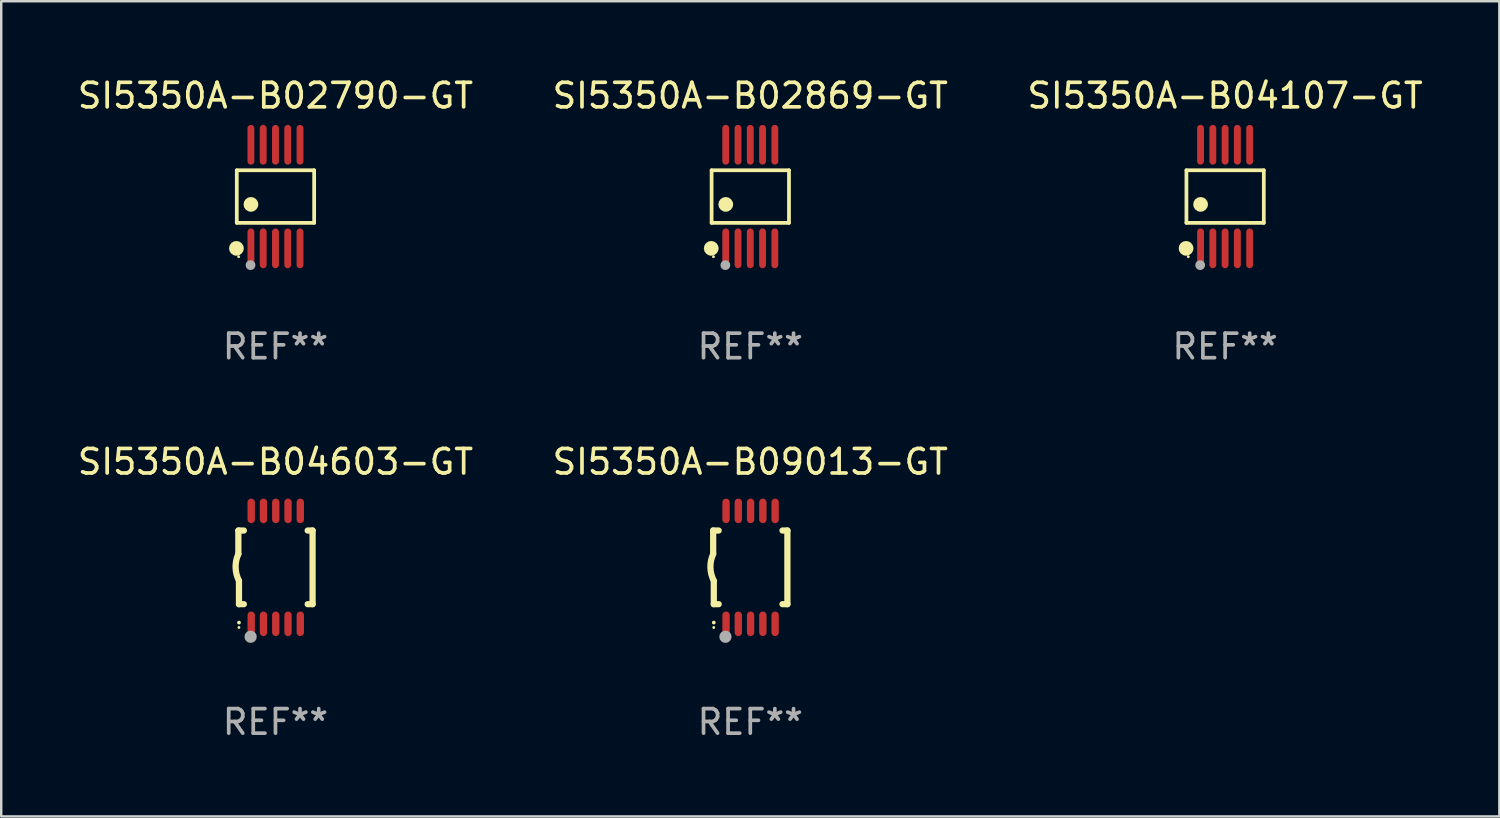
<source format=kicad_pcb>
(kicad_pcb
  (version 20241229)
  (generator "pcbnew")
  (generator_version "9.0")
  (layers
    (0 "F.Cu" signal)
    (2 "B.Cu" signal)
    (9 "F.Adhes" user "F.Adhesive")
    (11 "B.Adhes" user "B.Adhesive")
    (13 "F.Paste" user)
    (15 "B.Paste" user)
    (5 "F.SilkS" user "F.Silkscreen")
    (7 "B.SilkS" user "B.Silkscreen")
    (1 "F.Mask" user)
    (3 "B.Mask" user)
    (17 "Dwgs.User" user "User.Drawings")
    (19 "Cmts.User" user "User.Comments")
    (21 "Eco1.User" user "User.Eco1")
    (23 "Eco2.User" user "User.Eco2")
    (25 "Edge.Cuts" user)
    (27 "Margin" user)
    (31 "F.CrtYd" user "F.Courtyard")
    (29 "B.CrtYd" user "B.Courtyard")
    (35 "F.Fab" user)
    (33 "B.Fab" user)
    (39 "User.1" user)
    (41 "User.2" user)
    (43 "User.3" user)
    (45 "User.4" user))
  (footprint "SI5350A-B04107-GT"
    (layer "F.Cu")
    (at 46.863 4.958)
    (property "Reference" "SI5350A-B04107-GT" (at 0 -4.11 0) (layer "F.SilkS") (effects (font (size 1 1) (thickness 0.15))))
    (attr through_hole)
    (fp_line (start -1.576 -1.071) (end 1.576 -1.071) (stroke (width 0.152) (type solid)) (layer "F.SilkS"))
    (fp_line (start -1.576 1.071) (end -1.576 -1.071) (stroke (width 0.152) (type solid)) (layer "F.SilkS"))
    (fp_line (start 1.576 -1.071) (end 1.576 1.071) (stroke (width 0.152) (type solid)) (layer "F.SilkS"))
    (fp_line (start 1.576 1.071) (end -1.576 1.071) (stroke (width 0.152) (type solid)) (layer "F.SilkS"))
    (fp_circle (center -1.592 2.11) (end -1.442 2.11) (stroke (width 0.3) (type solid)) (fill no) (layer "F.SilkS"))
    (fp_circle (center -1.5 2.45) (end -1.47 2.45) (stroke (width 0.06) (type solid)) (fill no) (layer "F.SilkS"))
    (fp_circle (center -1 0.319) (end -0.85 0.319) (stroke (width 0.3) (type solid)) (fill no) (layer "F.SilkS"))
    (fp_circle (center -1.016 2.794) (end -0.916 2.794) (stroke (width 0.2) (type solid)) (fill no) (layer "F.Fab"))
    (fp_text user "REF**" (at 0 6.11 0) (layer "F.Fab") (effects (font (size 1 1) (thickness 0.15))))
    (pad "1" smd oval (at -1 2.11) (size 0.28 1.62) (layers "F.Cu" "F.Mask" "F.Paste"))
    (pad "2" smd oval (at -0.5 2.11) (size 0.28 1.62) (layers "F.Cu" "F.Mask" "F.Paste"))
    (pad "3" smd oval (at 0 2.11) (size 0.28 1.62) (layers "F.Cu" "F.Mask" "F.Paste"))
    (pad "4" smd oval (at 0.5 2.11) (size 0.28 1.62) (layers "F.Cu" "F.Mask" "F.Paste"))
    (pad "5" smd oval (at 1 2.11) (size 0.28 1.62) (layers "F.Cu" "F.Mask" "F.Paste"))
    (pad "6" smd oval (at 1 -2.11) (size 0.28 1.62) (layers "F.Cu" "F.Mask" "F.Paste"))
    (pad "7" smd oval (at 0.5 -2.11) (size 0.28 1.62) (layers "F.Cu" "F.Mask" "F.Paste"))
    (pad "8" smd oval (at 0 -2.11) (size 0.28 1.62) (layers "F.Cu" "F.Mask" "F.Paste"))
    (pad "9" smd oval (at -0.5 -2.11) (size 0.28 1.62) (layers "F.Cu" "F.Mask" "F.Paste"))
    (pad "10" smd oval (at -1 -2.11) (size 0.28 1.62) (layers "F.Cu" "F.Mask" "F.Paste")))
  (footprint "SI5350A-B09013-GT"
    (layer "F.Cu")
    (at 27.518 20.065)
    (property "Reference" "SI5350A-B09013-GT" (at 0 -4.3 0) (layer "F.SilkS") (effects (font (size 1 1) (thickness 0.15))))
    (attr through_hole)
    (fp_line (start -1.512 -1.5) (end -1.512 -0.546) (stroke (width 0.254) (type solid)) (layer "F.SilkS"))
    (fp_line (start -1.487 0.546) (end -1.487 1.5) (stroke (width 0.254) (type solid)) (layer "F.SilkS"))
    (fp_line (start -1.288 -1.5) (end -1.512 -1.5) (stroke (width 0.254) (type solid)) (layer "F.SilkS"))
    (fp_line (start -1.288 1.5) (end -1.487 1.5) (stroke (width 0.254) (type solid)) (layer "F.SilkS"))
    (fp_line (start 1.512 -1.5) (end 1.312 -1.5) (stroke (width 0.254) (type solid)) (layer "F.SilkS"))
    (fp_line (start 1.512 -1.5) (end 1.512 1.5) (stroke (width 0.254) (type solid)) (layer "F.SilkS"))
    (fp_line (start 1.512 1.5) (end 1.312 1.5) (stroke (width 0.254) (type solid)) (layer "F.SilkS"))
    (fp_arc (start -1.487998 2.250013) (mid -1.486728 2.250007) (end -1.485458 2.250013) (stroke (width 0.150013) (type solid)) (layer "F.SilkS"))
    (fp_arc (start -1.486602 0.546102) (mid -1.624196 0.002905) (end -1.512002 -0.546101) (stroke (width 0.254001) (type solid)) (layer "F.SilkS"))
    (fp_circle (center -1.488 2.45) (end -1.458 2.45) (stroke (width 0.06) (type solid)) (fill no) (layer "F.SilkS"))
    (fp_circle (center -1.012 2.828) (end -0.887 2.828) (stroke (width 0.25) (type solid)) (fill no) (layer "F.Fab"))
    (fp_text user "REF**" (at 0 6.3 0) (layer "F.Fab") (effects (font (size 1 1) (thickness 0.15))))
    (pad "1" smd oval (at -0.988 2.3) (size 0.3 1) (layers "F.Cu" "F.Mask" "F.Paste"))
    (pad "2" smd oval (at -0.488 2.3) (size 0.3 1) (layers "F.Cu" "F.Mask" "F.Paste"))
    (pad "3" smd oval (at 0.012 2.3) (size 0.3 1) (layers "F.Cu" "F.Mask" "F.Paste"))
    (pad "4" smd oval (at 0.512 2.3) (size 0.3 1) (layers "F.Cu" "F.Mask" "F.Paste"))
    (pad "5" smd oval (at 1.012 2.3) (size 0.3 1) (layers "F.Cu" "F.Mask" "F.Paste"))
    (pad "6" smd oval (at 1.012 -2.3) (size 0.3 1) (layers "F.Cu" "F.Mask" "F.Paste"))
    (pad "7" smd oval (at 0.512 -2.3) (size 0.3 1) (layers "F.Cu" "F.Mask" "F.Paste"))
    (pad "8" smd oval (at 0.012 -2.3) (size 0.3 1) (layers "F.Cu" "F.Mask" "F.Paste"))
    (pad "9" smd oval (at -0.488 -2.3) (size 0.3 1) (layers "F.Cu" "F.Mask" "F.Paste"))
    (pad "10" smd oval (at -0.988 -2.3) (size 0.3 1) (layers "F.Cu" "F.Mask" "F.Paste")))
  (footprint "SI5350A-B04603-GT"
    (layer "F.Cu")
    (at 8.173 20.065)
    (property "Reference" "SI5350A-B04603-GT" (at 0 -4.3 0) (layer "F.SilkS") (effects (font (size 1 1) (thickness 0.15))))
    (attr through_hole)
    (fp_line (start -1.512 -1.5) (end -1.512 -0.546) (stroke (width 0.254) (type solid)) (layer "F.SilkS"))
    (fp_line (start -1.487 0.546) (end -1.487 1.5) (stroke (width 0.254) (type solid)) (layer "F.SilkS"))
    (fp_line (start -1.288 -1.5) (end -1.512 -1.5) (stroke (width 0.254) (type solid)) (layer "F.SilkS"))
    (fp_line (start -1.288 1.5) (end -1.487 1.5) (stroke (width 0.254) (type solid)) (layer "F.SilkS"))
    (fp_line (start 1.512 -1.5) (end 1.312 -1.5) (stroke (width 0.254) (type solid)) (layer "F.SilkS"))
    (fp_line (start 1.512 -1.5) (end 1.512 1.5) (stroke (width 0.254) (type solid)) (layer "F.SilkS"))
    (fp_line (start 1.512 1.5) (end 1.312 1.5) (stroke (width 0.254) (type solid)) (layer "F.SilkS"))
    (fp_arc (start -1.487998 2.250013) (mid -1.486728 2.250007) (end -1.485458 2.250013) (stroke (width 0.150013) (type solid)) (layer "F.SilkS"))
    (fp_arc (start -1.486602 0.546102) (mid -1.624196 0.002905) (end -1.512002 -0.546101) (stroke (width 0.254001) (type solid)) (layer "F.SilkS"))
    (fp_circle (center -1.488 2.45) (end -1.458 2.45) (stroke (width 0.06) (type solid)) (fill no) (layer "F.SilkS"))
    (fp_circle (center -1.012 2.828) (end -0.887 2.828) (stroke (width 0.25) (type solid)) (fill no) (layer "F.Fab"))
    (fp_text user "REF**" (at 0 6.3 0) (layer "F.Fab") (effects (font (size 1 1) (thickness 0.15))))
    (pad "1" smd oval (at -0.988 2.3) (size 0.3 1) (layers "F.Cu" "F.Mask" "F.Paste"))
    (pad "2" smd oval (at -0.488 2.3) (size 0.3 1) (layers "F.Cu" "F.Mask" "F.Paste"))
    (pad "3" smd oval (at 0.012 2.3) (size 0.3 1) (layers "F.Cu" "F.Mask" "F.Paste"))
    (pad "4" smd oval (at 0.512 2.3) (size 0.3 1) (layers "F.Cu" "F.Mask" "F.Paste"))
    (pad "5" smd oval (at 1.012 2.3) (size 0.3 1) (layers "F.Cu" "F.Mask" "F.Paste"))
    (pad "6" smd oval (at 1.012 -2.3) (size 0.3 1) (layers "F.Cu" "F.Mask" "F.Paste"))
    (pad "7" smd oval (at 0.512 -2.3) (size 0.3 1) (layers "F.Cu" "F.Mask" "F.Paste"))
    (pad "8" smd oval (at 0.012 -2.3) (size 0.3 1) (layers "F.Cu" "F.Mask" "F.Paste"))
    (pad "9" smd oval (at -0.488 -2.3) (size 0.3 1) (layers "F.Cu" "F.Mask" "F.Paste"))
    (pad "10" smd oval (at -0.988 -2.3) (size 0.3 1) (layers "F.Cu" "F.Mask" "F.Paste")))
  (footprint "SI5350A-B02790-GT"
    (layer "F.Cu")
    (at 8.173 4.958)
    (property "Reference" "SI5350A-B02790-GT" (at 0 -4.11 0) (layer "F.SilkS") (effects (font (size 1 1) (thickness 0.15))))
    (attr through_hole)
    (fp_line (start -1.576 -1.071) (end 1.576 -1.071) (stroke (width 0.152) (type solid)) (layer "F.SilkS"))
    (fp_line (start -1.576 1.071) (end -1.576 -1.071) (stroke (width 0.152) (type solid)) (layer "F.SilkS"))
    (fp_line (start 1.576 -1.071) (end 1.576 1.071) (stroke (width 0.152) (type solid)) (layer "F.SilkS"))
    (fp_line (start 1.576 1.071) (end -1.576 1.071) (stroke (width 0.152) (type solid)) (layer "F.SilkS"))
    (fp_circle (center -1.592 2.11) (end -1.442 2.11) (stroke (width 0.3) (type solid)) (fill no) (layer "F.SilkS"))
    (fp_circle (center -1.5 2.45) (end -1.47 2.45) (stroke (width 0.06) (type solid)) (fill no) (layer "F.SilkS"))
    (fp_circle (center -1 0.319) (end -0.85 0.319) (stroke (width 0.3) (type solid)) (fill no) (layer "F.SilkS"))
    (fp_circle (center -1.016 2.794) (end -0.916 2.794) (stroke (width 0.2) (type solid)) (fill no) (layer "F.Fab"))
    (fp_text user "REF**" (at 0 6.11 0) (layer "F.Fab") (effects (font (size 1 1) (thickness 0.15))))
    (pad "1" smd oval (at -1 2.11) (size 0.28 1.62) (layers "F.Cu" "F.Mask" "F.Paste"))
    (pad "2" smd oval (at -0.5 2.11) (size 0.28 1.62) (layers "F.Cu" "F.Mask" "F.Paste"))
    (pad "3" smd oval (at 0 2.11) (size 0.28 1.62) (layers "F.Cu" "F.Mask" "F.Paste"))
    (pad "4" smd oval (at 0.5 2.11) (size 0.28 1.62) (layers "F.Cu" "F.Mask" "F.Paste"))
    (pad "5" smd oval (at 1 2.11) (size 0.28 1.62) (layers "F.Cu" "F.Mask" "F.Paste"))
    (pad "6" smd oval (at 1 -2.11) (size 0.28 1.62) (layers "F.Cu" "F.Mask" "F.Paste"))
    (pad "7" smd oval (at 0.5 -2.11) (size 0.28 1.62) (layers "F.Cu" "F.Mask" "F.Paste"))
    (pad "8" smd oval (at 0 -2.11) (size 0.28 1.62) (layers "F.Cu" "F.Mask" "F.Paste"))
    (pad "9" smd oval (at -0.5 -2.11) (size 0.28 1.62) (layers "F.Cu" "F.Mask" "F.Paste"))
    (pad "10" smd oval (at -1 -2.11) (size 0.28 1.62) (layers "F.Cu" "F.Mask" "F.Paste")))
  (footprint "SI5350A-B02869-GT"
    (layer "F.Cu")
    (at 27.518 4.958)
    (property "Reference" "SI5350A-B02869-GT" (at 0 -4.11 0) (layer "F.SilkS") (effects (font (size 1 1) (thickness 0.15))))
    (attr through_hole)
    (fp_line (start -1.576 -1.071) (end 1.576 -1.071) (stroke (width 0.152) (type solid)) (layer "F.SilkS"))
    (fp_line (start -1.576 1.071) (end -1.576 -1.071) (stroke (width 0.152) (type solid)) (layer "F.SilkS"))
    (fp_line (start 1.576 -1.071) (end 1.576 1.071) (stroke (width 0.152) (type solid)) (layer "F.SilkS"))
    (fp_line (start 1.576 1.071) (end -1.576 1.071) (stroke (width 0.152) (type solid)) (layer "F.SilkS"))
    (fp_circle (center -1.592 2.11) (end -1.442 2.11) (stroke (width 0.3) (type solid)) (fill no) (layer "F.SilkS"))
    (fp_circle (center -1.5 2.45) (end -1.47 2.45) (stroke (width 0.06) (type solid)) (fill no) (layer "F.SilkS"))
    (fp_circle (center -1 0.319) (end -0.85 0.319) (stroke (width 0.3) (type solid)) (fill no) (layer "F.SilkS"))
    (fp_circle (center -1.016 2.794) (end -0.916 2.794) (stroke (width 0.2) (type solid)) (fill no) (layer "F.Fab"))
    (fp_text user "REF**" (at 0 6.11 0) (layer "F.Fab") (effects (font (size 1 1) (thickness 0.15))))
    (pad "1" smd oval (at -1 2.11) (size 0.28 1.62) (layers "F.Cu" "F.Mask" "F.Paste"))
    (pad "2" smd oval (at -0.5 2.11) (size 0.28 1.62) (layers "F.Cu" "F.Mask" "F.Paste"))
    (pad "3" smd oval (at 0 2.11) (size 0.28 1.62) (layers "F.Cu" "F.Mask" "F.Paste"))
    (pad "4" smd oval (at 0.5 2.11) (size 0.28 1.62) (layers "F.Cu" "F.Mask" "F.Paste"))
    (pad "5" smd oval (at 1 2.11) (size 0.28 1.62) (layers "F.Cu" "F.Mask" "F.Paste"))
    (pad "6" smd oval (at 1 -2.11) (size 0.28 1.62) (layers "F.Cu" "F.Mask" "F.Paste"))
    (pad "7" smd oval (at 0.5 -2.11) (size 0.28 1.62) (layers "F.Cu" "F.Mask" "F.Paste"))
    (pad "8" smd oval (at 0 -2.11) (size 0.28 1.62) (layers "F.Cu" "F.Mask" "F.Paste"))
    (pad "9" smd oval (at -0.5 -2.11) (size 0.28 1.62) (layers "F.Cu" "F.Mask" "F.Paste"))
    (pad "10" smd oval (at -1 -2.11) (size 0.28 1.62) (layers "F.Cu" "F.Mask" "F.Paste")))
  (gr_rect
    (start -3 -3)
    (end 58.036 30.213)
    (stroke (width 0.1) (type default))
    (fill no)
    (layer "Edge.Cuts")))
</source>
